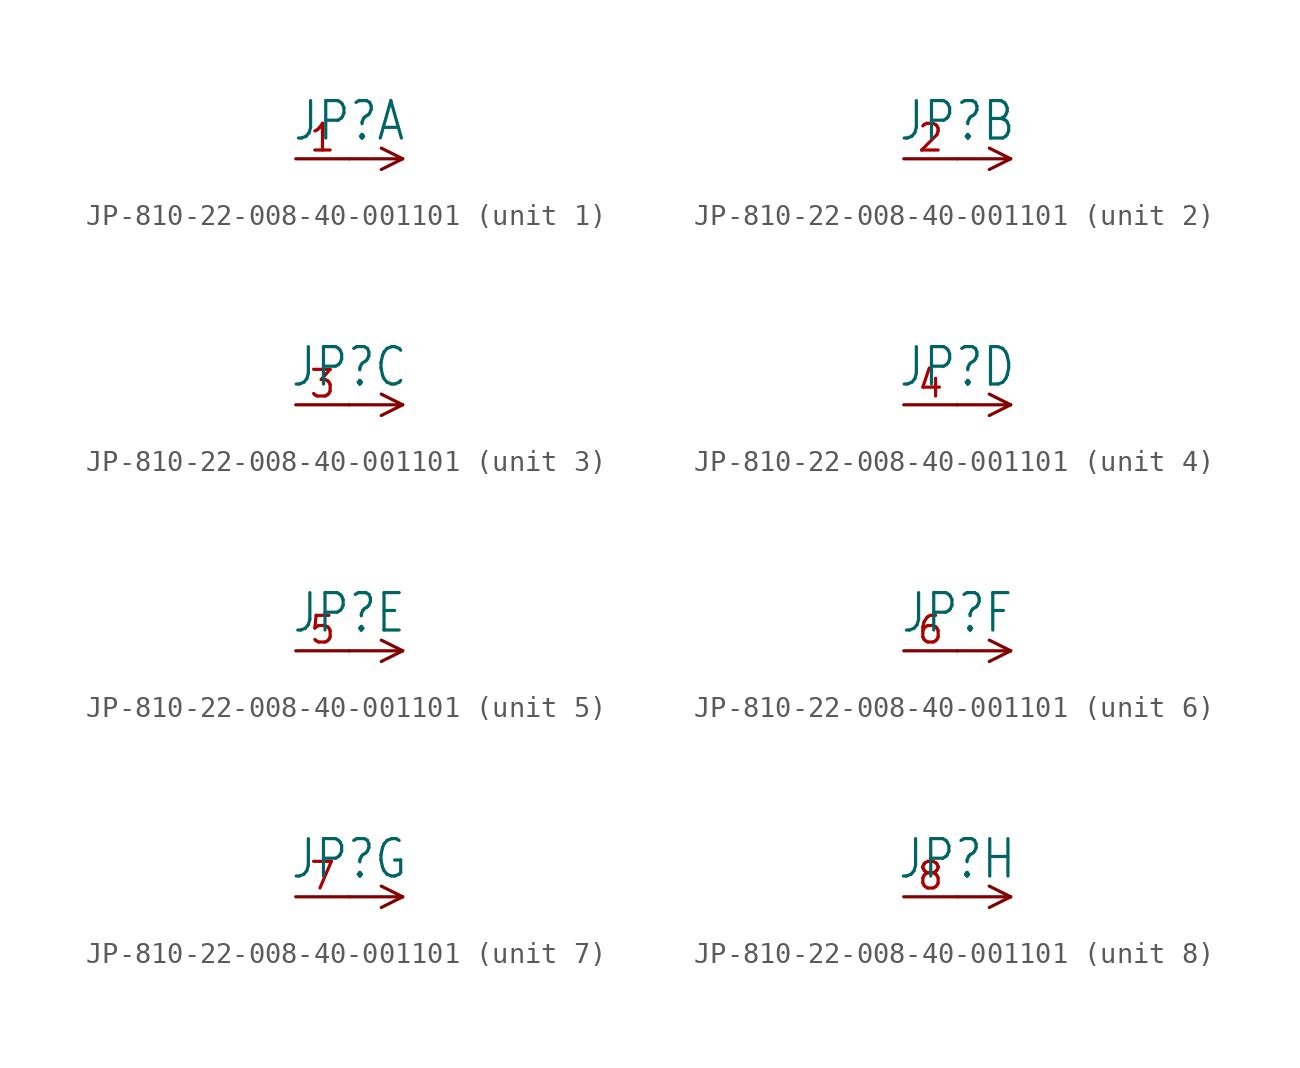
<source format=kicad_sym>
(kicad_symbol_lib
  (version 20231120)
  (generator "kicad_symbol_editor")
  (generator_version "8.0")
  (symbol "JP-810-22-008-40-001101"
    (property "Reference" "JP"
      (at 0 0.762 0)
      (effects (font (size 1.778 1.511)) (justify bottom)))
    (property "Value" ""
      (at 0 -0.762 0)
      (effects (font (size 1.778 1.511)) (justify top)))
    (property "ki_locked" ""
      (at 0 0 0)
      (effects (font (size 1.27 1.27))))
    (symbol "JP-810-22-008-40-001101_1_0"
      (polyline (pts (xy 0 0) (xy 2.54 0)) (stroke (width 0.152) (type solid)) (fill (type none)))
      (polyline (pts (xy 2.54 0) (xy 1.524 -0.508)) (stroke (width 0.152) (type solid)) (fill (type none)))
      (polyline (pts (xy 2.54 0) (xy 1.524 0.508)) (stroke (width 0.152) (type solid)) (fill (type none)))
      (pin passive line (at -2.54 0 0) (length 2.54) (name "1" (effects (font (size 0 0)))) (number "1" (effects (font (size 1.27 1.27))))))
    (symbol "JP-810-22-008-40-001101_2_0"
      (polyline (pts (xy 0 0) (xy 2.54 0)) (stroke (width 0.152) (type solid)) (fill (type none)))
      (polyline (pts (xy 2.54 0) (xy 1.524 -0.508)) (stroke (width 0.152) (type solid)) (fill (type none)))
      (polyline (pts (xy 2.54 0) (xy 1.524 0.508)) (stroke (width 0.152) (type solid)) (fill (type none)))
      (pin passive line (at -2.54 0 0) (length 2.54) (name "1" (effects (font (size 0 0)))) (number "2" (effects (font (size 1.27 1.27))))))
    (symbol "JP-810-22-008-40-001101_3_0"
      (polyline (pts (xy 0 0) (xy 2.54 0)) (stroke (width 0.152) (type solid)) (fill (type none)))
      (polyline (pts (xy 2.54 0) (xy 1.524 -0.508)) (stroke (width 0.152) (type solid)) (fill (type none)))
      (polyline (pts (xy 2.54 0) (xy 1.524 0.508)) (stroke (width 0.152) (type solid)) (fill (type none)))
      (pin passive line (at -2.54 0 0) (length 2.54) (name "1" (effects (font (size 0 0)))) (number "3" (effects (font (size 1.27 1.27))))))
    (symbol "JP-810-22-008-40-001101_4_0"
      (polyline (pts (xy 0 0) (xy 2.54 0)) (stroke (width 0.152) (type solid)) (fill (type none)))
      (polyline (pts (xy 2.54 0) (xy 1.524 -0.508)) (stroke (width 0.152) (type solid)) (fill (type none)))
      (polyline (pts (xy 2.54 0) (xy 1.524 0.508)) (stroke (width 0.152) (type solid)) (fill (type none)))
      (pin passive line (at -2.54 0 0) (length 2.54) (name "1" (effects (font (size 0 0)))) (number "4" (effects (font (size 1.27 1.27))))))
    (symbol "JP-810-22-008-40-001101_5_0"
      (polyline (pts (xy 0 0) (xy 2.54 0)) (stroke (width 0.152) (type solid)) (fill (type none)))
      (polyline (pts (xy 2.54 0) (xy 1.524 -0.508)) (stroke (width 0.152) (type solid)) (fill (type none)))
      (polyline (pts (xy 2.54 0) (xy 1.524 0.508)) (stroke (width 0.152) (type solid)) (fill (type none)))
      (pin passive line (at -2.54 0 0) (length 2.54) (name "1" (effects (font (size 0 0)))) (number "5" (effects (font (size 1.27 1.27))))))
    (symbol "JP-810-22-008-40-001101_6_0"
      (polyline (pts (xy 0 0) (xy 2.54 0)) (stroke (width 0.152) (type solid)) (fill (type none)))
      (polyline (pts (xy 2.54 0) (xy 1.524 -0.508)) (stroke (width 0.152) (type solid)) (fill (type none)))
      (polyline (pts (xy 2.54 0) (xy 1.524 0.508)) (stroke (width 0.152) (type solid)) (fill (type none)))
      (pin passive line (at -2.54 0 0) (length 2.54) (name "1" (effects (font (size 0 0)))) (number "6" (effects (font (size 1.27 1.27))))))
    (symbol "JP-810-22-008-40-001101_7_0"
      (polyline (pts (xy 0 0) (xy 2.54 0)) (stroke (width 0.152) (type solid)) (fill (type none)))
      (polyline (pts (xy 2.54 0) (xy 1.524 -0.508)) (stroke (width 0.152) (type solid)) (fill (type none)))
      (polyline (pts (xy 2.54 0) (xy 1.524 0.508)) (stroke (width 0.152) (type solid)) (fill (type none)))
      (pin passive line (at -2.54 0 0) (length 2.54) (name "1" (effects (font (size 0 0)))) (number "7" (effects (font (size 1.27 1.27))))))
    (symbol "JP-810-22-008-40-001101_8_0"
      (polyline (pts (xy 0 0) (xy 2.54 0)) (stroke (width 0.152) (type solid)) (fill (type none)))
      (polyline (pts (xy 2.54 0) (xy 1.524 -0.508)) (stroke (width 0.152) (type solid)) (fill (type none)))
      (polyline (pts (xy 2.54 0) (xy 1.524 0.508)) (stroke (width 0.152) (type solid)) (fill (type none)))
      (pin passive line (at -2.54 0 0) (length 2.54) (name "1" (effects (font (size 0 0)))) (number "8" (effects (font (size 1.27 1.27))))))))
</source>
